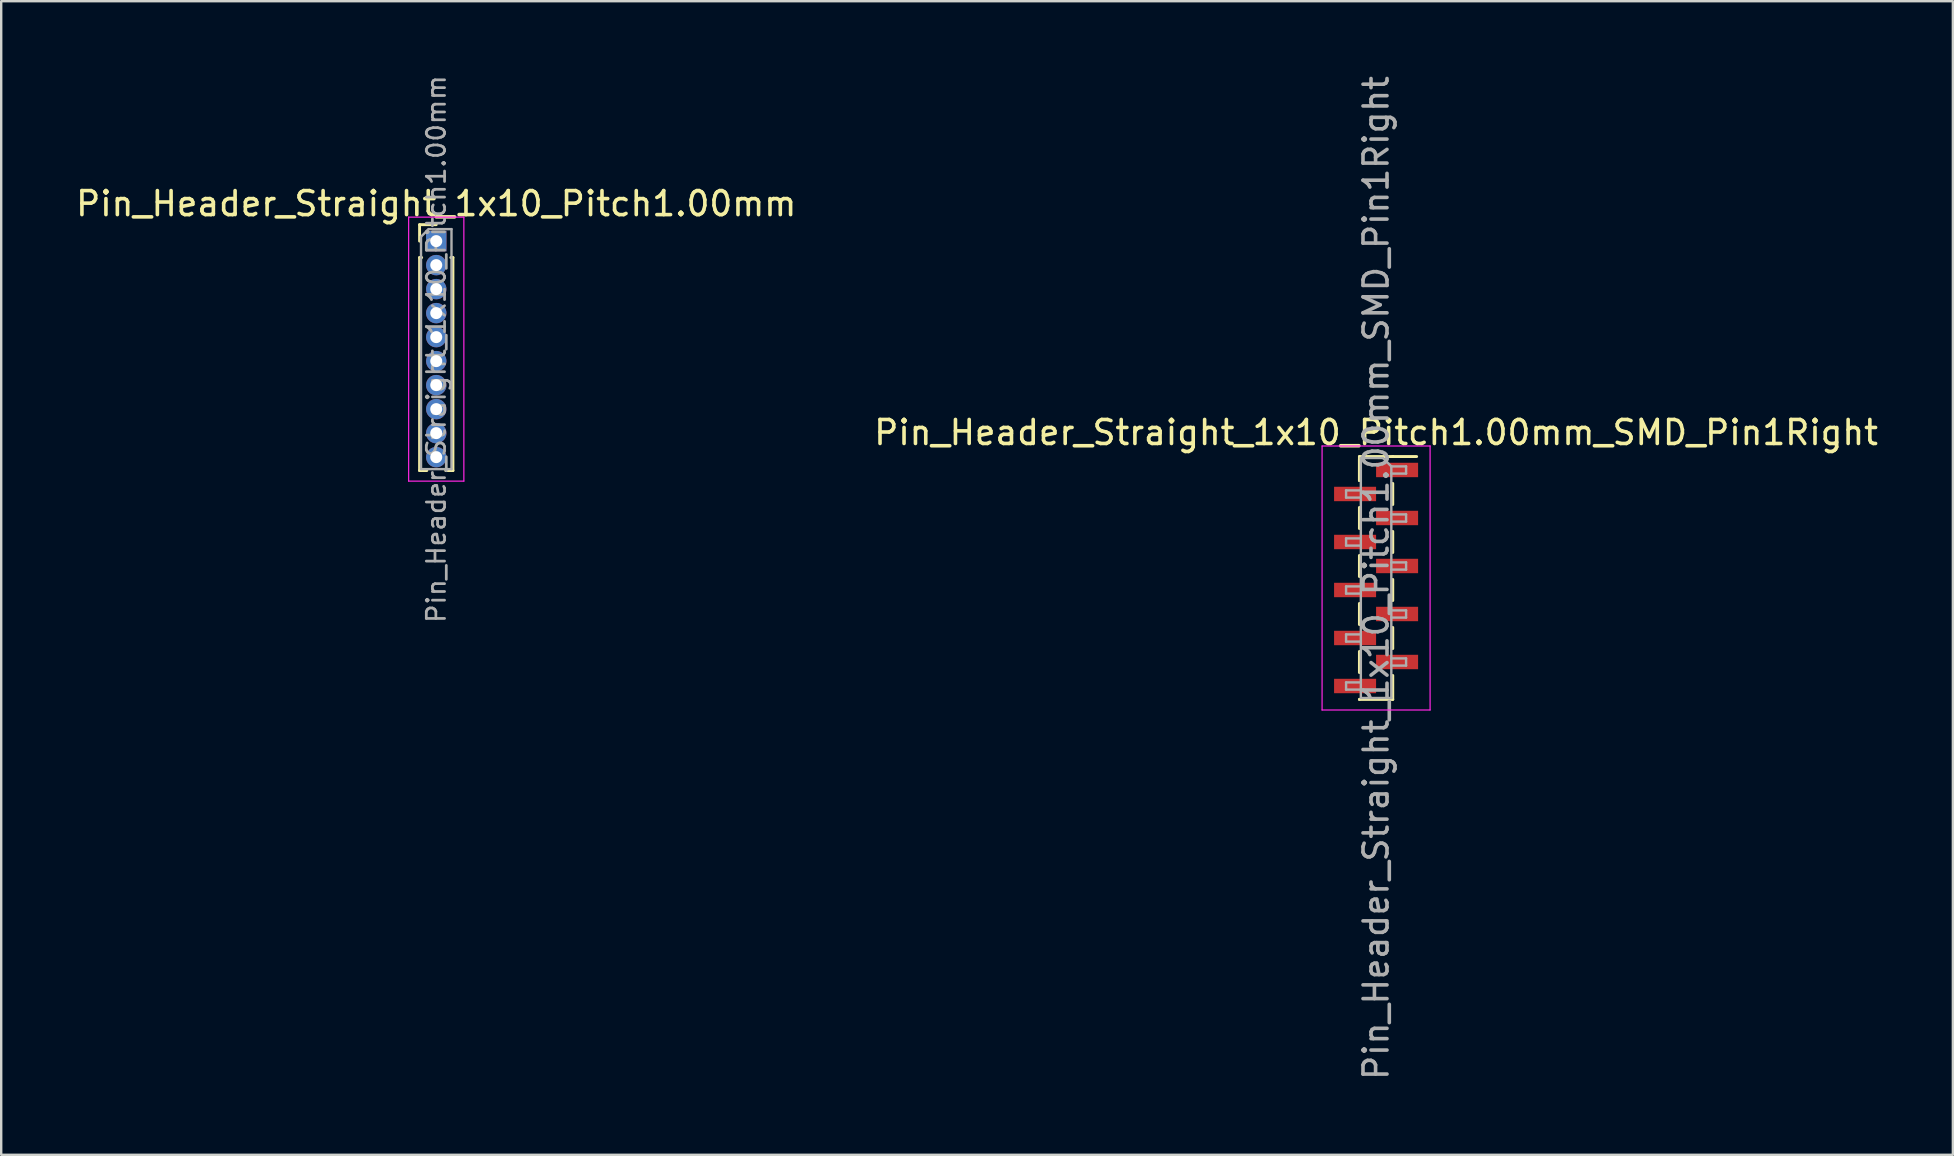
<source format=kicad_pcb>
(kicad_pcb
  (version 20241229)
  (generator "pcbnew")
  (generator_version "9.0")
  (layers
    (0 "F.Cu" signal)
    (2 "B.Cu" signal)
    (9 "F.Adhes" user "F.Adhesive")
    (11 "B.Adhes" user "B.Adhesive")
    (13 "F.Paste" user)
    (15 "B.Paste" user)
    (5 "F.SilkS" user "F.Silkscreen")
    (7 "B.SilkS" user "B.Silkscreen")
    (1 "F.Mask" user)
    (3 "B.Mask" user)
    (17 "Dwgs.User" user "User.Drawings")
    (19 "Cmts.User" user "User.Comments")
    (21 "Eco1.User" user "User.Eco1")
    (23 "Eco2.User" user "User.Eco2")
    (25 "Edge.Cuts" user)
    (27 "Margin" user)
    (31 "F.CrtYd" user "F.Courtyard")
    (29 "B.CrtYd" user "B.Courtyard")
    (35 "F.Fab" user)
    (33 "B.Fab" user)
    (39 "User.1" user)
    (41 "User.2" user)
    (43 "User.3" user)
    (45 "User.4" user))
  (footprint "Pin_Header_Straight_1x10_Pitch1.00mm_SMD_Pin1Right"
    (layer "F.Cu")
    (at 54.28 21.03)
    (property "Reference" "Pin_Header_Straight_1x10_Pitch1.00mm_SMD_Pin1Right" (at 0 -6.06 0) (layer "F.SilkS") (effects (font (size 1 1) (thickness 0.15))))
    (attr smd)
    (fp_line (start -0.695 -5.06) (end -0.695 -4.06) (stroke (width 0.12) (type solid)) (layer "F.SilkS"))
    (fp_line (start -0.695 -5.06) (end 0.695 -5.06) (stroke (width 0.12) (type solid)) (layer "F.SilkS"))
    (fp_line (start -0.695 -4.94) (end -0.695 -4.06) (stroke (width 0.12) (type solid)) (layer "F.SilkS"))
    (fp_line (start -0.695 -2.94) (end -0.695 -2.06) (stroke (width 0.12) (type solid)) (layer "F.SilkS"))
    (fp_line (start -0.695 -0.94) (end -0.695 -0.06) (stroke (width 0.12) (type solid)) (layer "F.SilkS"))
    (fp_line (start -0.695 1.06) (end -0.695 1.94) (stroke (width 0.12) (type solid)) (layer "F.SilkS"))
    (fp_line (start -0.695 3.06) (end -0.695 3.94) (stroke (width 0.12) (type solid)) (layer "F.SilkS"))
    (fp_line (start -0.695 5.06) (end -0.695 5.06) (stroke (width 0.12) (type solid)) (layer "F.SilkS"))
    (fp_line (start -0.695 5.06) (end 0.695 5.06) (stroke (width 0.12) (type solid)) (layer "F.SilkS"))
    (fp_line (start 0.695 -5.06) (end 0.695 -5.06) (stroke (width 0.12) (type solid)) (layer "F.SilkS"))
    (fp_line (start 0.695 -5.06) (end 1.69 -5.06) (stroke (width 0.12) (type solid)) (layer "F.SilkS"))
    (fp_line (start 0.695 -3.94) (end 0.695 -3.06) (stroke (width 0.12) (type solid)) (layer "F.SilkS"))
    (fp_line (start 0.695 -1.94) (end 0.695 -1.06) (stroke (width 0.12) (type solid)) (layer "F.SilkS"))
    (fp_line (start 0.695 0.06) (end 0.695 0.94) (stroke (width 0.12) (type solid)) (layer "F.SilkS"))
    (fp_line (start 0.695 2.06) (end 0.695 2.94) (stroke (width 0.12) (type solid)) (layer "F.SilkS"))
    (fp_line (start 0.695 4.06) (end 0.695 5.06) (stroke (width 0.12) (type solid)) (layer "F.SilkS"))
    (fp_line (start -2.25 -5.5) (end -2.25 5.5) (stroke (width 0.05) (type solid)) (layer "F.CrtYd"))
    (fp_line (start -2.25 5.5) (end 2.25 5.5) (stroke (width 0.05) (type solid)) (layer "F.CrtYd"))
    (fp_line (start 2.25 -5.5) (end -2.25 -5.5) (stroke (width 0.05) (type solid)) (layer "F.CrtYd"))
    (fp_line (start 2.25 5.5) (end 2.25 -5.5) (stroke (width 0.05) (type solid)) (layer "F.CrtYd"))
    (fp_line (start -1.25 -3.65) (end -1.25 -3.35) (stroke (width 0.1) (type solid)) (layer "F.Fab"))
    (fp_line (start -1.25 -3.35) (end -0.635 -3.35) (stroke (width 0.1) (type solid)) (layer "F.Fab"))
    (fp_line (start -1.25 -1.65) (end -1.25 -1.35) (stroke (width 0.1) (type solid)) (layer "F.Fab"))
    (fp_line (start -1.25 -1.35) (end -0.635 -1.35) (stroke (width 0.1) (type solid)) (layer "F.Fab"))
    (fp_line (start -1.25 0.35) (end -1.25 0.65) (stroke (width 0.1) (type solid)) (layer "F.Fab"))
    (fp_line (start -1.25 0.65) (end -0.635 0.65) (stroke (width 0.1) (type solid)) (layer "F.Fab"))
    (fp_line (start -1.25 2.35) (end -1.25 2.65) (stroke (width 0.1) (type solid)) (layer "F.Fab"))
    (fp_line (start -1.25 2.65) (end -0.635 2.65) (stroke (width 0.1) (type solid)) (layer "F.Fab"))
    (fp_line (start -1.25 4.35) (end -1.25 4.65) (stroke (width 0.1) (type solid)) (layer "F.Fab"))
    (fp_line (start -1.25 4.65) (end -0.635 4.65) (stroke (width 0.1) (type solid)) (layer "F.Fab"))
    (fp_line (start -0.635 -5) (end -0.635 5) (stroke (width 0.1) (type solid)) (layer "F.Fab"))
    (fp_line (start -0.635 -5) (end 0.285 -5) (stroke (width 0.1) (type solid)) (layer "F.Fab"))
    (fp_line (start -0.635 -3.65) (end -1.25 -3.65) (stroke (width 0.1) (type solid)) (layer "F.Fab"))
    (fp_line (start -0.635 -1.65) (end -1.25 -1.65) (stroke (width 0.1) (type solid)) (layer "F.Fab"))
    (fp_line (start -0.635 0.35) (end -1.25 0.35) (stroke (width 0.1) (type solid)) (layer "F.Fab"))
    (fp_line (start -0.635 2.35) (end -1.25 2.35) (stroke (width 0.1) (type solid)) (layer "F.Fab"))
    (fp_line (start -0.635 4.35) (end -1.25 4.35) (stroke (width 0.1) (type solid)) (layer "F.Fab"))
    (fp_line (start 0.635 -4.65) (end 0.285 -5) (stroke (width 0.1) (type solid)) (layer "F.Fab"))
    (fp_line (start 0.635 -4.65) (end 1.25 -4.65) (stroke (width 0.1) (type solid)) (layer "F.Fab"))
    (fp_line (start 0.635 -2.65) (end 1.25 -2.65) (stroke (width 0.1) (type solid)) (layer "F.Fab"))
    (fp_line (start 0.635 -0.65) (end 1.25 -0.65) (stroke (width 0.1) (type solid)) (layer "F.Fab"))
    (fp_line (start 0.635 1.35) (end 1.25 1.35) (stroke (width 0.1) (type solid)) (layer "F.Fab"))
    (fp_line (start 0.635 3.35) (end 1.25 3.35) (stroke (width 0.1) (type solid)) (layer "F.Fab"))
    (fp_line (start 0.635 5) (end -0.635 5) (stroke (width 0.1) (type solid)) (layer "F.Fab"))
    (fp_line (start 0.635 5) (end 0.635 -4.65) (stroke (width 0.1) (type solid)) (layer "F.Fab"))
    (fp_line (start 1.25 -4.65) (end 1.25 -4.35) (stroke (width 0.1) (type solid)) (layer "F.Fab"))
    (fp_line (start 1.25 -4.35) (end 0.635 -4.35) (stroke (width 0.1) (type solid)) (layer "F.Fab"))
    (fp_line (start 1.25 -2.65) (end 1.25 -2.35) (stroke (width 0.1) (type solid)) (layer "F.Fab"))
    (fp_line (start 1.25 -2.35) (end 0.635 -2.35) (stroke (width 0.1) (type solid)) (layer "F.Fab"))
    (fp_line (start 1.25 -0.65) (end 1.25 -0.35) (stroke (width 0.1) (type solid)) (layer "F.Fab"))
    (fp_line (start 1.25 -0.35) (end 0.635 -0.35) (stroke (width 0.1) (type solid)) (layer "F.Fab"))
    (fp_line (start 1.25 1.35) (end 1.25 1.65) (stroke (width 0.1) (type solid)) (layer "F.Fab"))
    (fp_line (start 1.25 1.65) (end 0.635 1.65) (stroke (width 0.1) (type solid)) (layer "F.Fab"))
    (fp_line (start 1.25 3.35) (end 1.25 3.65) (stroke (width 0.1) (type solid)) (layer "F.Fab"))
    (fp_line (start 1.25 3.65) (end 0.635 3.65) (stroke (width 0.1) (type solid)) (layer "F.Fab"))
    (fp_text user "${REFERENCE}" (at 0 0 90) (layer "F.Fab") (effects (font (size 1 1) (thickness 0.15))))
    (pad "1" smd rect (at 0.875 -4.5) (size 1.75 0.6) (layers "F.Cu" "F.Mask" "F.Paste"))
    (pad "2" smd rect (at -0.875 -3.5) (size 1.75 0.6) (layers "F.Cu" "F.Mask" "F.Paste"))
    (pad "3" smd rect (at 0.875 -2.5) (size 1.75 0.6) (layers "F.Cu" "F.Mask" "F.Paste"))
    (pad "4" smd rect (at -0.875 -1.5) (size 1.75 0.6) (layers "F.Cu" "F.Mask" "F.Paste"))
    (pad "5" smd rect (at 0.875 -0.5) (size 1.75 0.6) (layers "F.Cu" "F.Mask" "F.Paste"))
    (pad "6" smd rect (at -0.875 0.5) (size 1.75 0.6) (layers "F.Cu" "F.Mask" "F.Paste"))
    (pad "7" smd rect (at 0.875 1.5) (size 1.75 0.6) (layers "F.Cu" "F.Mask" "F.Paste"))
    (pad "8" smd rect (at -0.875 2.5) (size 1.75 0.6) (layers "F.Cu" "F.Mask" "F.Paste"))
    (pad "9" smd rect (at 0.875 3.5) (size 1.75 0.6) (layers "F.Cu" "F.Mask" "F.Paste"))
    (pad "10" smd rect (at -0.875 4.5) (size 1.75 0.6) (layers "F.Cu" "F.Mask" "F.Paste")))
  (footprint "Pin_Header_Straight_1x10_Pitch1.00mm"
    (layer "F.Cu")
    (at 15.125 6.995)
    (property "Reference" "Pin_Header_Straight_1x10_Pitch1.00mm" (at 0 -1.56 0) (layer "F.SilkS") (effects (font (size 1 1) (thickness 0.15))))
    (attr through_hole)
    (fp_line (start -0.695 -0.685) (end 0 -0.685) (stroke (width 0.12) (type solid)) (layer "F.SilkS"))
    (fp_line (start -0.695 0) (end -0.695 -0.685) (stroke (width 0.12) (type solid)) (layer "F.SilkS"))
    (fp_line (start -0.695 0.685) (end -0.695 9.56) (stroke (width 0.12) (type solid)) (layer "F.SilkS"))
    (fp_line (start -0.695 0.685) (end -0.608 0.685) (stroke (width 0.12) (type solid)) (layer "F.SilkS"))
    (fp_line (start -0.695 9.56) (end -0.394 9.56) (stroke (width 0.12) (type solid)) (layer "F.SilkS"))
    (fp_line (start 0.394 9.56) (end 0.695 9.56) (stroke (width 0.12) (type solid)) (layer "F.SilkS"))
    (fp_line (start 0.608 0.685) (end 0.695 0.685) (stroke (width 0.12) (type solid)) (layer "F.SilkS"))
    (fp_line (start 0.695 0.685) (end 0.695 9.56) (stroke (width 0.12) (type solid)) (layer "F.SilkS"))
    (fp_line (start -1.15 -1) (end -1.15 10) (stroke (width 0.05) (type solid)) (layer "F.CrtYd"))
    (fp_line (start -1.15 10) (end 1.15 10) (stroke (width 0.05) (type solid)) (layer "F.CrtYd"))
    (fp_line (start 1.15 -1) (end -1.15 -1) (stroke (width 0.05) (type solid)) (layer "F.CrtYd"))
    (fp_line (start 1.15 10) (end 1.15 -1) (stroke (width 0.05) (type solid)) (layer "F.CrtYd"))
    (fp_line (start -0.635 -0.182) (end -0.318 -0.5) (stroke (width 0.1) (type solid)) (layer "F.Fab"))
    (fp_line (start -0.635 9.5) (end -0.635 -0.182) (stroke (width 0.1) (type solid)) (layer "F.Fab"))
    (fp_line (start -0.318 -0.5) (end 0.635 -0.5) (stroke (width 0.1) (type solid)) (layer "F.Fab"))
    (fp_line (start 0.635 -0.5) (end 0.635 9.5) (stroke (width 0.1) (type solid)) (layer "F.Fab"))
    (fp_line (start 0.635 9.5) (end -0.635 9.5) (stroke (width 0.1) (type solid)) (layer "F.Fab"))
    (fp_text user "${REFERENCE}" (at 0 4.5 90) (layer "F.Fab") (effects (font (size 0.76 0.76) (thickness 0.114))))
    (pad "1" thru_hole rect (at 0 0) (size 0.85 0.85) (drill 0.5) (layers "*.Cu" "*.Mask"))
    (pad "2" thru_hole oval (at 0 1) (size 0.85 0.85) (drill 0.5) (layers "*.Cu" "*.Mask"))
    (pad "3" thru_hole oval (at 0 2) (size 0.85 0.85) (drill 0.5) (layers "*.Cu" "*.Mask"))
    (pad "4" thru_hole oval (at 0 3) (size 0.85 0.85) (drill 0.5) (layers "*.Cu" "*.Mask"))
    (pad "5" thru_hole oval (at 0 4) (size 0.85 0.85) (drill 0.5) (layers "*.Cu" "*.Mask"))
    (pad "6" thru_hole oval (at 0 5) (size 0.85 0.85) (drill 0.5) (layers "*.Cu" "*.Mask"))
    (pad "7" thru_hole oval (at 0 6) (size 0.85 0.85) (drill 0.5) (layers "*.Cu" "*.Mask"))
    (pad "8" thru_hole oval (at 0 7) (size 0.85 0.85) (drill 0.5) (layers "*.Cu" "*.Mask"))
    (pad "9" thru_hole oval (at 0 8) (size 0.85 0.85) (drill 0.5) (layers "*.Cu" "*.Mask"))
    (pad "10" thru_hole oval (at 0 9) (size 0.85 0.85) (drill 0.5) (layers "*.Cu" "*.Mask")))
  (gr_rect
    (start -3 -3)
    (end 78.31 45.06)
    (stroke (width 0.1) (type default))
    (fill no)
    (layer "Edge.Cuts")))
</source>
